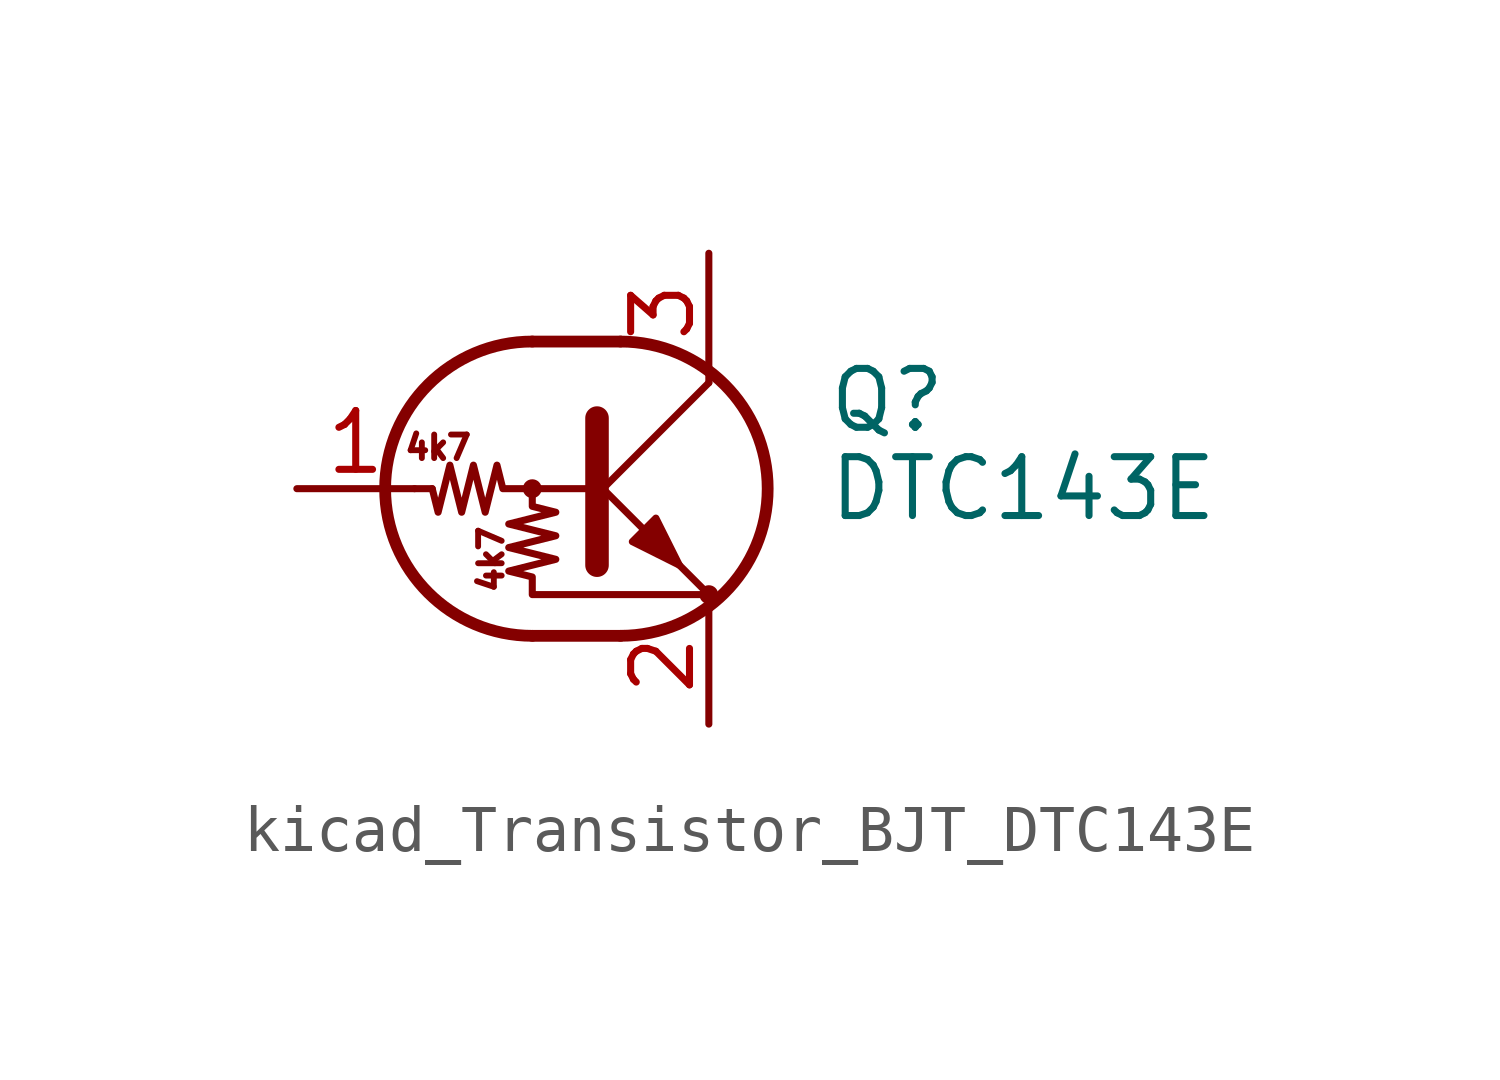
<source format=kicad_sym>
(kicad_symbol_lib
  (version 20220914)
  (generator kicad_symbol_editor)
  (symbol "kicad_Transistor_BJT_DTC143E"
    (pin_names
      (offset 0) hide)
    (property "Reference" "Q"
      (at 5.08 1.905 0)
      (effects (font (size 1.27 1.27)) (justify left)))
    (property "Value" "DTC143E"
      (at 5.08 0 0)
      (effects (font (size 1.27 1.27)) (justify left)))
    (symbol "kicad_Transistor_BJT_DTC143E_0_0"
      (text "4k7" (at -3.302 0.889 0) (effects (font (size 0.508 0.508))))
      (text "4k7" (at -2.159 -1.524 900) (effects (font (size 0.508 0.508)))))
    (symbol "kicad_Transistor_BJT_DTC143E_0_1"
      (circle (center -1.27 0) (radius 0.127) (stroke (width 0) (type default)) (fill (type none)))
      (arc (start -1.27 3.175) (mid -4.4312 0) (end -1.27 -3.175) (stroke (width 0.254) (type default)) (fill (type none)))
      (polyline (pts (xy -3.429 0) (xy -3.81 0)) (stroke (width 0) (type default)) (fill (type none)))
      (polyline (pts (xy -1.27 -3.175) (xy 0.635 -3.175)) (stroke (width 0.254) (type default)) (fill (type none)))
      (polyline (pts (xy -1.27 3.175) (xy 0.635 3.175)) (stroke (width 0.254) (type default)) (fill (type none)))
      (polyline (pts (xy 0 -0.254) (xy 2.54 2.286)) (stroke (width 0) (type default)) (fill (type none)))
      (polyline (pts (xy 0.127 1.524) (xy 0.127 -1.651)) (stroke (width 0.508) (type default)) (fill (type outline)))
      (polyline (pts (xy 2.54 2.286) (xy 2.54 2.54)) (stroke (width 0) (type default)) (fill (type none)))
      (polyline (pts (xy 2.54 -2.286) (xy 0 0.254) (xy 0 0.254)) (stroke (width 0) (type default)) (fill (type none)))
      (polyline (pts (xy 0.889 -1.143) (xy 1.397 -0.635) (xy 1.905 -1.651) (xy 0.889 -1.143)) (stroke (width 0) (type default)) (fill (type outline)))
      (polyline (pts (xy 0 0) (xy -1.905 0) (xy -2.032 0.508) (xy -2.286 -0.508) (xy -2.54 0.508) (xy -2.794 -0.508) (xy -3.048 0.508) (xy -3.302 -0.508) (xy -3.429 0)) (stroke (width 0) (type default)) (fill (type none)))
      (polyline (pts (xy -1.27 0) (xy -1.27 -0.381) (xy -0.762 -0.508) (xy -1.778 -0.762) (xy -0.762 -1.016) (xy -1.778 -1.27) (xy -0.762 -1.524) (xy -1.778 -1.778) (xy -1.27 -1.905) (xy -1.27 -2.286) (xy 2.54 -2.286)) (stroke (width 0) (type default)) (fill (type none)))
      (arc (start 0.635 -3.175) (mid 3.7962 0) (end 0.635 3.175) (stroke (width 0.254) (type default)) (fill (type none)))
      (circle (center 2.54 -2.286) (radius 0.127) (stroke (width 0) (type default)) (fill (type none))))
    (symbol "kicad_Transistor_BJT_DTC143E_1_1"
      (pin input line (at -6.35 0 0) (length 2.54) (name "B" (effects (font (size 1.27 1.27)))) (number "1" (effects (font (size 1.27 1.27)))))
      (pin passive line (at 2.54 -5.08 90) (length 2.54) (name "E" (effects (font (size 1.27 1.27)))) (number "2" (effects (font (size 1.27 1.27)))))
      (pin passive line (at 2.54 5.08 270) (length 2.54) (name "C" (effects (font (size 1.27 1.27)))) (number "3" (effects (font (size 1.27 1.27))))))))
</source>
